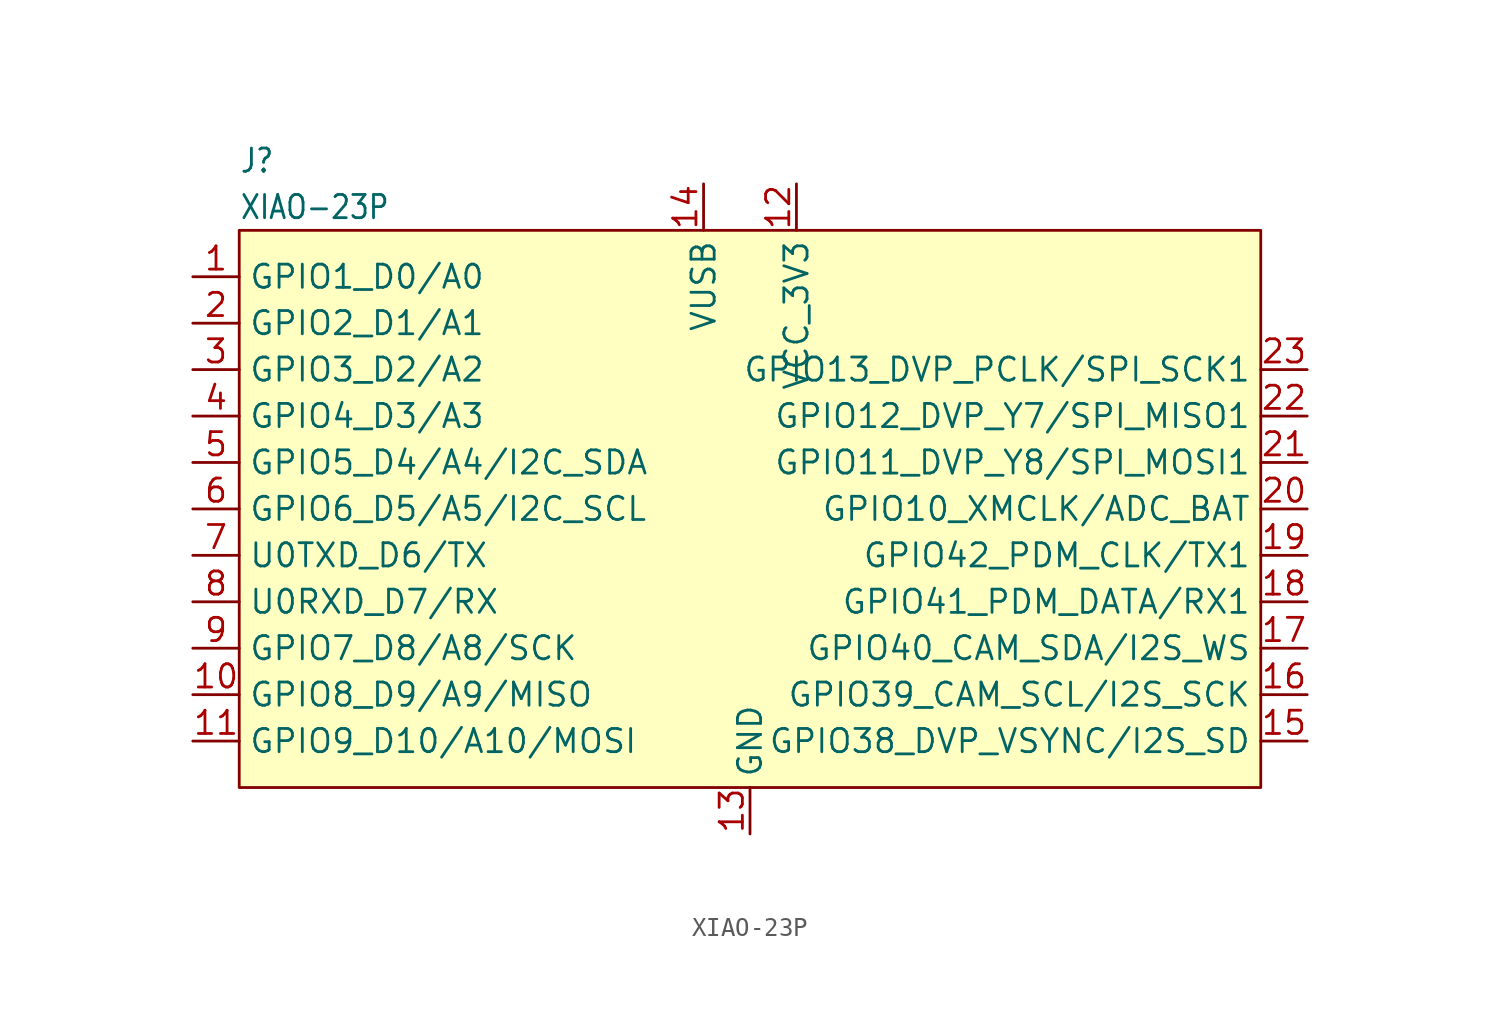
<source format=kicad_sym>
(kicad_symbol_lib
  (version 20241209)
  (generator "kicad_symbol_editor")
  (generator_version "9.0")
  (symbol "XIAO-23P"
    (property "Reference" "J"
      (at -27.94 19.05 0)
      (effects (font (size 1.27 1.079)) (justify left)))
    (property "Value" "XIAO-23P"
      (at -27.94 16.51 0)
      (effects (font (size 1.27 1.079)) (justify left)))
    (symbol "XIAO-23P_1_0"
      (pin passive line (at -30.48 12.7 0) (length 2.54) (name "GPIO1_D0/A0" (effects (font (size 1.27 1.27)))) (number "1" (effects (font (size 1.27 1.27)))))
      (pin passive line (at -30.48 10.16 0) (length 2.54) (name "GPIO2_D1/A1" (effects (font (size 1.27 1.27)))) (number "2" (effects (font (size 1.27 1.27)))))
      (pin passive line (at -30.48 7.62 0) (length 2.54) (name "GPIO3_D2/A2" (effects (font (size 1.27 1.27)))) (number "3" (effects (font (size 1.27 1.27)))))
      (pin passive line (at -30.48 5.08 0) (length 2.54) (name "GPIO4_D3/A3" (effects (font (size 1.27 1.27)))) (number "4" (effects (font (size 1.27 1.27)))))
      (pin passive line (at -30.48 2.54 0) (length 2.54) (name "GPIO5_D4/A4/I2C_SDA" (effects (font (size 1.27 1.27)))) (number "5" (effects (font (size 1.27 1.27)))))
      (pin passive line (at -30.48 0 0) (length 2.54) (name "GPIO6_D5/A5/I2C_SCL" (effects (font (size 1.27 1.27)))) (number "6" (effects (font (size 1.27 1.27)))))
      (pin passive line (at -30.48 -2.54 0) (length 2.54) (name "U0TXD_D6/TX" (effects (font (size 1.27 1.27)))) (number "7" (effects (font (size 1.27 1.27)))))
      (pin passive line (at -30.48 -5.08 0) (length 2.54) (name "U0RXD_D7/RX" (effects (font (size 1.27 1.27)))) (number "8" (effects (font (size 1.27 1.27)))))
      (pin passive line (at -30.48 -7.62 0) (length 2.54) (name "GPIO7_D8/A8/SCK" (effects (font (size 1.27 1.27)))) (number "9" (effects (font (size 1.27 1.27)))))
      (pin passive line (at -30.48 -10.16 0) (length 2.54) (name "GPIO8_D9/A9/MISO" (effects (font (size 1.27 1.27)))) (number "10" (effects (font (size 1.27 1.27)))))
      (pin passive line (at -30.48 -12.7 0) (length 2.54) (name "GPIO9_D10/A10/MOSI" (effects (font (size 1.27 1.27)))) (number "11" (effects (font (size 1.27 1.27)))))
      (pin passive line (at -2.54 17.78 270) (length 2.54) (name "VUSB" (effects (font (size 1.27 1.27)))) (number "14" (effects (font (size 1.27 1.27)))))
      (pin passive line (at 0 -17.78 90) (length 2.54) (name "GND" (effects (font (size 1.27 1.27)))) (number "13" (effects (font (size 1.27 1.27)))))
      (pin passive line (at 2.54 17.78 270) (length 2.54) (name "VCC_3V3" (effects (font (size 1.27 1.27)))) (number "12" (effects (font (size 1.27 1.27))))))
    (symbol "XIAO-23P_1_1"
      (rectangle (start -27.94 15.24) (end 27.94 -15.24) (stroke (width 0) (type solid)) (fill (type background)))
      (pin passive line (at 30.48 7.62 180) (length 2.54) (name "GPIO13_DVP_PCLK/SPI_SCK1" (effects (font (size 1.27 1.27)))) (number "23" (effects (font (size 1.27 1.27)))))
      (pin passive line (at 30.48 5.08 180) (length 2.54) (name "GPIO12_DVP_Y7/SPI_MISO1" (effects (font (size 1.27 1.27)))) (number "22" (effects (font (size 1.27 1.27)))))
      (pin passive line (at 30.48 2.54 180) (length 2.54) (name "GPIO11_DVP_Y8/SPI_MOSI1" (effects (font (size 1.27 1.27)))) (number "21" (effects (font (size 1.27 1.27)))))
      (pin passive line (at 30.48 0 180) (length 2.54) (name "GPIO10_XMCLK/ADC_BAT" (effects (font (size 1.27 1.27)))) (number "20" (effects (font (size 1.27 1.27)))))
      (pin passive line (at 30.48 -2.54 180) (length 2.54) (name "GPIO42_PDM_CLK/TX1" (effects (font (size 1.27 1.27)))) (number "19" (effects (font (size 1.27 1.27)))))
      (pin passive line (at 30.48 -5.08 180) (length 2.54) (name "GPIO41_PDM_DATA/RX1" (effects (font (size 1.27 1.27)))) (number "18" (effects (font (size 1.27 1.27)))))
      (pin passive line (at 30.48 -7.62 180) (length 2.54) (name "GPIO40_CAM_SDA/I2S_WS" (effects (font (size 1.27 1.27)))) (number "17" (effects (font (size 1.27 1.27)))))
      (pin passive line (at 30.48 -10.16 180) (length 2.54) (name "GPIO39_CAM_SCL/I2S_SCK" (effects (font (size 1.27 1.27)))) (number "16" (effects (font (size 1.27 1.27)))))
      (pin passive line (at 30.48 -12.7 180) (length 2.54) (name "GPIO38_DVP_VSYNC/I2S_SD" (effects (font (size 1.27 1.27)))) (number "15" (effects (font (size 1.27 1.27))))))))
</source>
